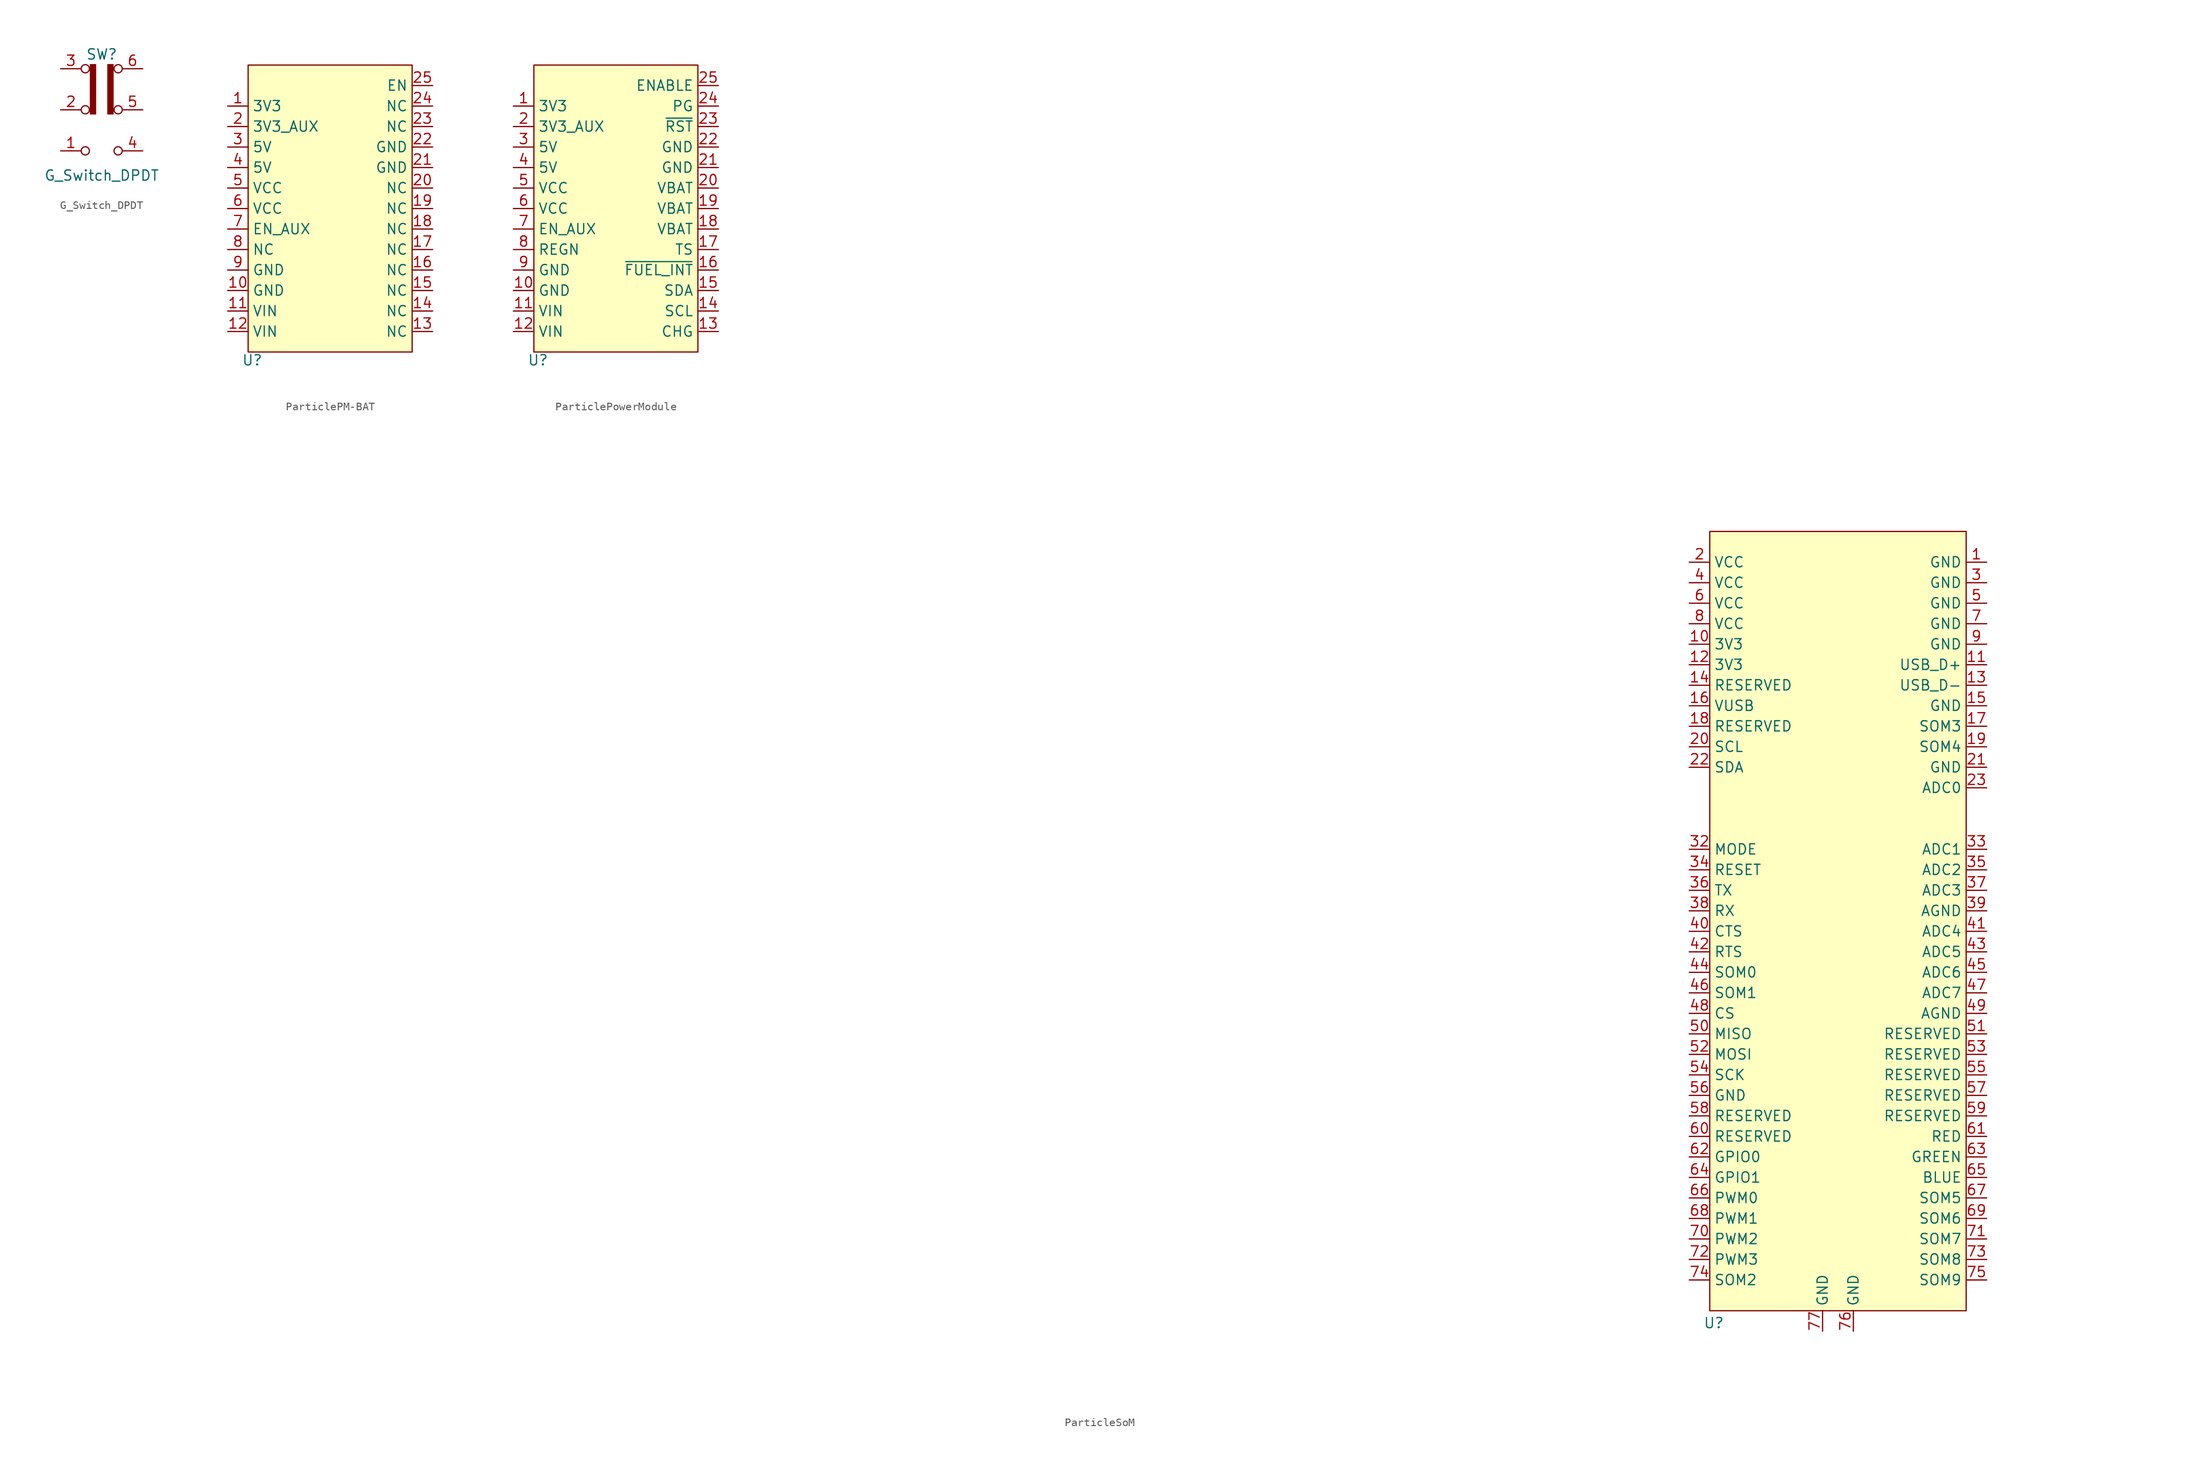
<source format=kicad_sym>
(kicad_symbol_lib
  (version 20231120)
  (generator "kicad_symbol_editor")
  (generator_version "8.0")
  (symbol "G_Switch_DPDT"
    (pin_names
      (offset 0) hide)
    (property "Reference" "SW"
      (at 0 6.858 0)
      (effects (font (size 1.27 1.27))))
    (property "Value" "G_Switch_DPDT"
      (at 0 -8.128 0)
      (effects (font (size 1.27 1.27))))
    (symbol "G_Switch_DPDT_0_0"
      (circle (center -2.032 -5.08) (radius 0.508) (stroke (width 0) (type default)) (fill (type none)))
      (circle (center -2.032 5.08) (radius 0.508) (stroke (width 0) (type default)) (fill (type none)))
      (circle (center 2.032 -5.08) (radius 0.508) (stroke (width 0) (type default)) (fill (type none)))
      (circle (center 2.032 0) (radius 0.508) (stroke (width 0) (type default)) (fill (type none))))
    (symbol "G_Switch_DPDT_0_1"
      (circle (center -2.032 0) (radius 0.508) (stroke (width 0) (type default)) (fill (type none)))
      (circle (center 2.032 5.08) (radius 0.508) (stroke (width 0) (type default)) (fill (type none))))
    (symbol "G_Switch_DPDT_1_1"
      (rectangle (start -1.397 5.588) (end -0.762 -0.508) (stroke (width 0) (type default)) (fill (type outline)))
      (rectangle (start 0.762 5.588) (end 1.397 -0.508) (stroke (width 0) (type default)) (fill (type outline)))
      (pin passive line (at -5.08 -5.08 0) (length 2.54) (name "C" (effects (font (size 1.27 1.27)))) (number "1" (effects (font (size 1.27 1.27)))))
      (pin passive line (at -5.08 0 0) (length 2.54) (name "B" (effects (font (size 1.27 1.27)))) (number "2" (effects (font (size 1.27 1.27)))))
      (pin passive line (at -5.08 5.08 0) (length 2.54) (name "A" (effects (font (size 1.27 1.27)))) (number "3" (effects (font (size 1.27 1.27)))))
      (pin passive line (at 5.08 -5.08 180) (length 2.54) (name "A" (effects (font (size 1.27 1.27)))) (number "4" (effects (font (size 1.27 1.27)))))
      (pin passive line (at 5.08 0 180) (length 2.54) (name "B" (effects (font (size 1.27 1.27)))) (number "5" (effects (font (size 1.27 1.27)))))
      (pin passive line (at 5.08 5.08 180) (length 2.54) (name "C" (effects (font (size 1.27 1.27)))) (number "6" (effects (font (size 1.27 1.27)))))))
  (symbol "ParticlePM-BAT"
    (property "Reference" "U"
      (at -9.652 -36.576 0)
      (effects (font (size 1.27 1.27))))
    (property "Value" ""
      (at 0 0 0)
      (effects (font (size 1.27 1.27))))
    (symbol "ParticlePM-BAT_1_1"
      (rectangle (start -10.16 0) (end 10.16 -35.56) (stroke (width 0) (type default)) (fill (type background)))
      (pin input line (at -12.7 -5.08 0) (length 2.54) (name "3V3" (effects (font (size 1.27 1.27)))) (number "1" (effects (font (size 1.27 1.27)))))
      (pin input line (at -12.7 -27.94 0) (length 2.54) (name "GND" (effects (font (size 1.27 1.27)))) (number "10" (effects (font (size 1.27 1.27)))))
      (pin input line (at -12.7 -30.48 0) (length 2.54) (name "VIN" (effects (font (size 1.27 1.27)))) (number "11" (effects (font (size 1.27 1.27)))))
      (pin input line (at -12.7 -33.02 0) (length 2.54) (name "VIN" (effects (font (size 1.27 1.27)))) (number "12" (effects (font (size 1.27 1.27)))))
      (pin input line (at 12.7 -33.02 180) (length 2.54) (name "NC" (effects (font (size 1.27 1.27)))) (number "13" (effects (font (size 1.27 1.27)))))
      (pin input line (at 12.7 -30.48 180) (length 2.54) (name "NC" (effects (font (size 1.27 1.27)))) (number "14" (effects (font (size 1.27 1.27)))))
      (pin input line (at 12.7 -27.94 180) (length 2.54) (name "NC" (effects (font (size 1.27 1.27)))) (number "15" (effects (font (size 1.27 1.27)))))
      (pin input line (at 12.7 -25.4 180) (length 2.54) (name "NC" (effects (font (size 1.27 1.27)))) (number "16" (effects (font (size 1.27 1.27)))))
      (pin input line (at 12.7 -22.86 180) (length 2.54) (name "NC" (effects (font (size 1.27 1.27)))) (number "17" (effects (font (size 1.27 1.27)))))
      (pin input line (at 12.7 -20.32 180) (length 2.54) (name "NC" (effects (font (size 1.27 1.27)))) (number "18" (effects (font (size 1.27 1.27)))))
      (pin input line (at 12.7 -17.78 180) (length 2.54) (name "NC" (effects (font (size 1.27 1.27)))) (number "19" (effects (font (size 1.27 1.27)))))
      (pin input line (at -12.7 -7.62 0) (length 2.54) (name "3V3_AUX" (effects (font (size 1.27 1.27)))) (number "2" (effects (font (size 1.27 1.27)))))
      (pin input line (at 12.7 -15.24 180) (length 2.54) (name "NC" (effects (font (size 1.27 1.27)))) (number "20" (effects (font (size 1.27 1.27)))))
      (pin input line (at 12.7 -12.7 180) (length 2.54) (name "GND" (effects (font (size 1.27 1.27)))) (number "21" (effects (font (size 1.27 1.27)))))
      (pin input line (at 12.7 -10.16 180) (length 2.54) (name "GND" (effects (font (size 1.27 1.27)))) (number "22" (effects (font (size 1.27 1.27)))))
      (pin input line (at 12.7 -7.62 180) (length 2.54) (name "NC" (effects (font (size 1.27 1.27)))) (number "23" (effects (font (size 1.27 1.27)))))
      (pin input line (at 12.7 -5.08 180) (length 2.54) (name "NC" (effects (font (size 1.27 1.27)))) (number "24" (effects (font (size 1.27 1.27)))))
      (pin input line (at 12.7 -2.54 180) (length 2.54) (name "EN" (effects (font (size 1.27 1.27)))) (number "25" (effects (font (size 1.27 1.27)))))
      (pin input line (at -12.7 -10.16 0) (length 2.54) (name "5V" (effects (font (size 1.27 1.27)))) (number "3" (effects (font (size 1.27 1.27)))))
      (pin input line (at -12.7 -12.7 0) (length 2.54) (name "5V" (effects (font (size 1.27 1.27)))) (number "4" (effects (font (size 1.27 1.27)))))
      (pin input line (at -12.7 -15.24 0) (length 2.54) (name "VCC" (effects (font (size 1.27 1.27)))) (number "5" (effects (font (size 1.27 1.27)))))
      (pin input line (at -12.7 -17.78 0) (length 2.54) (name "VCC" (effects (font (size 1.27 1.27)))) (number "6" (effects (font (size 1.27 1.27)))))
      (pin input line (at -12.7 -20.32 0) (length 2.54) (name "EN_AUX" (effects (font (size 1.27 1.27)))) (number "7" (effects (font (size 1.27 1.27)))))
      (pin input line (at -12.7 -22.86 0) (length 2.54) (name "NC" (effects (font (size 1.27 1.27)))) (number "8" (effects (font (size 1.27 1.27)))))
      (pin input line (at -12.7 -25.4 0) (length 2.54) (name "GND" (effects (font (size 1.27 1.27)))) (number "9" (effects (font (size 1.27 1.27)))))))
  (symbol "ParticlePowerModule"
    (property "Reference" "U"
      (at -9.652 -36.576 0)
      (effects (font (size 1.27 1.27))))
    (property "Value" ""
      (at 0 0 0)
      (effects (font (size 1.27 1.27))))
    (symbol "ParticlePowerModule_1_1"
      (rectangle (start -10.16 0) (end 10.16 -35.56) (stroke (width 0) (type default)) (fill (type background)))
      (pin input line (at -12.7 -5.08 0) (length 2.54) (name "3V3" (effects (font (size 1.27 1.27)))) (number "1" (effects (font (size 1.27 1.27)))))
      (pin input line (at -12.7 -27.94 0) (length 2.54) (name "GND" (effects (font (size 1.27 1.27)))) (number "10" (effects (font (size 1.27 1.27)))))
      (pin input line (at -12.7 -30.48 0) (length 2.54) (name "VIN" (effects (font (size 1.27 1.27)))) (number "11" (effects (font (size 1.27 1.27)))))
      (pin input line (at -12.7 -33.02 0) (length 2.54) (name "VIN" (effects (font (size 1.27 1.27)))) (number "12" (effects (font (size 1.27 1.27)))))
      (pin input line (at 12.7 -33.02 180) (length 2.54) (name "CHG" (effects (font (size 1.27 1.27)))) (number "13" (effects (font (size 1.27 1.27)))))
      (pin input line (at 12.7 -30.48 180) (length 2.54) (name "SCL" (effects (font (size 1.27 1.27)))) (number "14" (effects (font (size 1.27 1.27)))))
      (pin input line (at 12.7 -27.94 180) (length 2.54) (name "SDA" (effects (font (size 1.27 1.27)))) (number "15" (effects (font (size 1.27 1.27)))))
      (pin input line (at 12.7 -25.4 180) (length 2.54) (name "~{FUEL_INT}" (effects (font (size 1.27 1.27)))) (number "16" (effects (font (size 1.27 1.27)))))
      (pin input line (at 12.7 -22.86 180) (length 2.54) (name "TS" (effects (font (size 1.27 1.27)))) (number "17" (effects (font (size 1.27 1.27)))))
      (pin input line (at 12.7 -20.32 180) (length 2.54) (name "VBAT" (effects (font (size 1.27 1.27)))) (number "18" (effects (font (size 1.27 1.27)))))
      (pin input line (at 12.7 -17.78 180) (length 2.54) (name "VBAT" (effects (font (size 1.27 1.27)))) (number "19" (effects (font (size 1.27 1.27)))))
      (pin input line (at -12.7 -7.62 0) (length 2.54) (name "3V3_AUX" (effects (font (size 1.27 1.27)))) (number "2" (effects (font (size 1.27 1.27)))))
      (pin input line (at 12.7 -15.24 180) (length 2.54) (name "VBAT" (effects (font (size 1.27 1.27)))) (number "20" (effects (font (size 1.27 1.27)))))
      (pin input line (at 12.7 -12.7 180) (length 2.54) (name "GND" (effects (font (size 1.27 1.27)))) (number "21" (effects (font (size 1.27 1.27)))))
      (pin input line (at 12.7 -10.16 180) (length 2.54) (name "GND" (effects (font (size 1.27 1.27)))) (number "22" (effects (font (size 1.27 1.27)))))
      (pin input line (at 12.7 -7.62 180) (length 2.54) (name "~{RST}" (effects (font (size 1.27 1.27)))) (number "23" (effects (font (size 1.27 1.27)))))
      (pin input line (at 12.7 -5.08 180) (length 2.54) (name "PG" (effects (font (size 1.27 1.27)))) (number "24" (effects (font (size 1.27 1.27)))))
      (pin input line (at 12.7 -2.54 180) (length 2.54) (name "ENABLE" (effects (font (size 1.27 1.27)))) (number "25" (effects (font (size 1.27 1.27)))))
      (pin input line (at -12.7 -10.16 0) (length 2.54) (name "5V" (effects (font (size 1.27 1.27)))) (number "3" (effects (font (size 1.27 1.27)))))
      (pin input line (at -12.7 -12.7 0) (length 2.54) (name "5V" (effects (font (size 1.27 1.27)))) (number "4" (effects (font (size 1.27 1.27)))))
      (pin input line (at -12.7 -15.24 0) (length 2.54) (name "VCC" (effects (font (size 1.27 1.27)))) (number "5" (effects (font (size 1.27 1.27)))))
      (pin input line (at -12.7 -17.78 0) (length 2.54) (name "VCC" (effects (font (size 1.27 1.27)))) (number "6" (effects (font (size 1.27 1.27)))))
      (pin input line (at -12.7 -20.32 0) (length 2.54) (name "EN_AUX" (effects (font (size 1.27 1.27)))) (number "7" (effects (font (size 1.27 1.27)))))
      (pin input line (at -12.7 -22.86 0) (length 2.54) (name "REGN" (effects (font (size 1.27 1.27)))) (number "8" (effects (font (size 1.27 1.27)))))
      (pin input line (at -12.7 -25.4 0) (length 2.54) (name "GND" (effects (font (size 1.27 1.27)))) (number "9" (effects (font (size 1.27 1.27)))))))
  (symbol "ParticleSoM"
    (property "Reference" "U"
      (at -14.732 -62.484 0)
      (effects (font (size 1.27 1.27))))
    (property "Value" ""
      (at -200.66 19.05 0)
      (effects (font (size 1.27 1.27))))
    (symbol "ParticleSoM_1_1"
      (rectangle (start -15.24 35.56) (end 16.51 -60.96) (stroke (width 0) (type default)) (fill (type background)))
      (pin input line (at 19.05 31.75 180) (length 2.54) (name "GND" (effects (font (size 1.27 1.27)))) (number "1" (effects (font (size 1.27 1.27)))))
      (pin input line (at -17.78 21.59 0) (length 2.54) (name "3V3" (effects (font (size 1.27 1.27)))) (number "10" (effects (font (size 1.27 1.27)))))
      (pin input line (at 19.05 19.05 180) (length 2.54) (name "USB_D+" (effects (font (size 1.27 1.27)))) (number "11" (effects (font (size 1.27 1.27)))))
      (pin input line (at -17.78 19.05 0) (length 2.54) (name "3V3" (effects (font (size 1.27 1.27)))) (number "12" (effects (font (size 1.27 1.27)))))
      (pin input line (at 19.05 16.51 180) (length 2.54) (name "USB_D-" (effects (font (size 1.27 1.27)))) (number "13" (effects (font (size 1.27 1.27)))))
      (pin input line (at -17.78 16.51 0) (length 2.54) (name "RESERVED" (effects (font (size 1.27 1.27)))) (number "14" (effects (font (size 1.27 1.27)))))
      (pin input line (at 19.05 13.97 180) (length 2.54) (name "GND" (effects (font (size 1.27 1.27)))) (number "15" (effects (font (size 1.27 1.27)))))
      (pin input line (at -17.78 13.97 0) (length 2.54) (name "VUSB" (effects (font (size 1.27 1.27)))) (number "16" (effects (font (size 1.27 1.27)))))
      (pin input line (at 19.05 11.43 180) (length 2.54) (name "SOM3" (effects (font (size 1.27 1.27)))) (number "17" (effects (font (size 1.27 1.27)))))
      (pin input line (at -17.78 11.43 0) (length 2.54) (name "RESERVED" (effects (font (size 1.27 1.27)))) (number "18" (effects (font (size 1.27 1.27)))))
      (pin input line (at 19.05 8.89 180) (length 2.54) (name "SOM4" (effects (font (size 1.27 1.27)))) (number "19" (effects (font (size 1.27 1.27)))))
      (pin input line (at -17.78 31.75 0) (length 2.54) (name "VCC" (effects (font (size 1.27 1.27)))) (number "2" (effects (font (size 1.27 1.27)))))
      (pin input line (at -17.78 8.89 0) (length 2.54) (name "SCL" (effects (font (size 1.27 1.27)))) (number "20" (effects (font (size 1.27 1.27)))))
      (pin input line (at 19.05 6.35 180) (length 2.54) (name "GND" (effects (font (size 1.27 1.27)))) (number "21" (effects (font (size 1.27 1.27)))))
      (pin input line (at -17.78 6.35 0) (length 2.54) (name "SDA" (effects (font (size 1.27 1.27)))) (number "22" (effects (font (size 1.27 1.27)))))
      (pin input line (at 19.05 3.81 180) (length 2.54) (name "ADC0" (effects (font (size 1.27 1.27)))) (number "23" (effects (font (size 1.27 1.27)))))
      (pin input line (at 19.05 29.21 180) (length 2.54) (name "GND" (effects (font (size 1.27 1.27)))) (number "3" (effects (font (size 1.27 1.27)))))
      (pin input line (at -17.78 -3.81 0) (length 2.54) (name "MODE" (effects (font (size 1.27 1.27)))) (number "32" (effects (font (size 1.27 1.27)))))
      (pin input line (at 19.05 -3.81 180) (length 2.54) (name "ADC1" (effects (font (size 1.27 1.27)))) (number "33" (effects (font (size 1.27 1.27)))))
      (pin input line (at -17.78 -6.35 0) (length 2.54) (name "RESET" (effects (font (size 1.27 1.27)))) (number "34" (effects (font (size 1.27 1.27)))))
      (pin input line (at 19.05 -6.35 180) (length 2.54) (name "ADC2" (effects (font (size 1.27 1.27)))) (number "35" (effects (font (size 1.27 1.27)))))
      (pin input line (at -17.78 -8.89 0) (length 2.54) (name "TX" (effects (font (size 1.27 1.27)))) (number "36" (effects (font (size 1.27 1.27)))))
      (pin input line (at 19.05 -8.89 180) (length 2.54) (name "ADC3" (effects (font (size 1.27 1.27)))) (number "37" (effects (font (size 1.27 1.27)))))
      (pin input line (at -17.78 -11.43 0) (length 2.54) (name "RX" (effects (font (size 1.27 1.27)))) (number "38" (effects (font (size 1.27 1.27)))))
      (pin input line (at 19.05 -11.43 180) (length 2.54) (name "AGND" (effects (font (size 1.27 1.27)))) (number "39" (effects (font (size 1.27 1.27)))))
      (pin input line (at -17.78 29.21 0) (length 2.54) (name "VCC" (effects (font (size 1.27 1.27)))) (number "4" (effects (font (size 1.27 1.27)))))
      (pin input line (at -17.78 -13.97 0) (length 2.54) (name "CTS" (effects (font (size 1.27 1.27)))) (number "40" (effects (font (size 1.27 1.27)))))
      (pin input line (at 19.05 -13.97 180) (length 2.54) (name "ADC4" (effects (font (size 1.27 1.27)))) (number "41" (effects (font (size 1.27 1.27)))))
      (pin input line (at -17.78 -16.51 0) (length 2.54) (name "RTS" (effects (font (size 1.27 1.27)))) (number "42" (effects (font (size 1.27 1.27)))))
      (pin input line (at 19.05 -16.51 180) (length 2.54) (name "ADC5" (effects (font (size 1.27 1.27)))) (number "43" (effects (font (size 1.27 1.27)))))
      (pin input line (at -17.78 -19.05 0) (length 2.54) (name "SOM0" (effects (font (size 1.27 1.27)))) (number "44" (effects (font (size 1.27 1.27)))))
      (pin input line (at 19.05 -19.05 180) (length 2.54) (name "ADC6" (effects (font (size 1.27 1.27)))) (number "45" (effects (font (size 1.27 1.27)))))
      (pin input line (at -17.78 -21.59 0) (length 2.54) (name "SOM1" (effects (font (size 1.27 1.27)))) (number "46" (effects (font (size 1.27 1.27)))))
      (pin input line (at 19.05 -21.59 180) (length 2.54) (name "ADC7" (effects (font (size 1.27 1.27)))) (number "47" (effects (font (size 1.27 1.27)))))
      (pin input line (at -17.78 -24.13 0) (length 2.54) (name "CS" (effects (font (size 1.27 1.27)))) (number "48" (effects (font (size 1.27 1.27)))))
      (pin input line (at 19.05 -24.13 180) (length 2.54) (name "AGND" (effects (font (size 1.27 1.27)))) (number "49" (effects (font (size 1.27 1.27)))))
      (pin input line (at 19.05 26.67 180) (length 2.54) (name "GND" (effects (font (size 1.27 1.27)))) (number "5" (effects (font (size 1.27 1.27)))))
      (pin input line (at -17.78 -26.67 0) (length 2.54) (name "MISO" (effects (font (size 1.27 1.27)))) (number "50" (effects (font (size 1.27 1.27)))))
      (pin input line (at 19.05 -26.67 180) (length 2.54) (name "RESERVED" (effects (font (size 1.27 1.27)))) (number "51" (effects (font (size 1.27 1.27)))))
      (pin input line (at -17.78 -29.21 0) (length 2.54) (name "MOSI" (effects (font (size 1.27 1.27)))) (number "52" (effects (font (size 1.27 1.27)))))
      (pin input line (at 19.05 -29.21 180) (length 2.54) (name "RESERVED" (effects (font (size 1.27 1.27)))) (number "53" (effects (font (size 1.27 1.27)))))
      (pin input line (at -17.78 -31.75 0) (length 2.54) (name "SCK" (effects (font (size 1.27 1.27)))) (number "54" (effects (font (size 1.27 1.27)))))
      (pin input line (at 19.05 -31.75 180) (length 2.54) (name "RESERVED" (effects (font (size 1.27 1.27)))) (number "55" (effects (font (size 1.27 1.27)))))
      (pin input line (at -17.78 -34.29 0) (length 2.54) (name "GND" (effects (font (size 1.27 1.27)))) (number "56" (effects (font (size 1.27 1.27)))))
      (pin input line (at 19.05 -34.29 180) (length 2.54) (name "RESERVED" (effects (font (size 1.27 1.27)))) (number "57" (effects (font (size 1.27 1.27)))))
      (pin input line (at -17.78 -36.83 0) (length 2.54) (name "RESERVED" (effects (font (size 1.27 1.27)))) (number "58" (effects (font (size 1.27 1.27)))))
      (pin input line (at 19.05 -36.83 180) (length 2.54) (name "RESERVED" (effects (font (size 1.27 1.27)))) (number "59" (effects (font (size 1.27 1.27)))))
      (pin input line (at -17.78 26.67 0) (length 2.54) (name "VCC" (effects (font (size 1.27 1.27)))) (number "6" (effects (font (size 1.27 1.27)))))
      (pin input line (at -17.78 -39.37 0) (length 2.54) (name "RESERVED" (effects (font (size 1.27 1.27)))) (number "60" (effects (font (size 1.27 1.27)))))
      (pin input line (at 19.05 -39.37 180) (length 2.54) (name "RED" (effects (font (size 1.27 1.27)))) (number "61" (effects (font (size 1.27 1.27)))))
      (pin input line (at -17.78 -41.91 0) (length 2.54) (name "GPIO0" (effects (font (size 1.27 1.27)))) (number "62" (effects (font (size 1.27 1.27)))))
      (pin input line (at 19.05 -41.91 180) (length 2.54) (name "GREEN" (effects (font (size 1.27 1.27)))) (number "63" (effects (font (size 1.27 1.27)))))
      (pin input line (at -17.78 -44.45 0) (length 2.54) (name "GPIO1" (effects (font (size 1.27 1.27)))) (number "64" (effects (font (size 1.27 1.27)))))
      (pin input line (at 19.05 -44.45 180) (length 2.54) (name "BLUE" (effects (font (size 1.27 1.27)))) (number "65" (effects (font (size 1.27 1.27)))))
      (pin input line (at -17.78 -46.99 0) (length 2.54) (name "PWM0" (effects (font (size 1.27 1.27)))) (number "66" (effects (font (size 1.27 1.27)))))
      (pin input line (at 19.05 -46.99 180) (length 2.54) (name "SOM5" (effects (font (size 1.27 1.27)))) (number "67" (effects (font (size 1.27 1.27)))))
      (pin input line (at -17.78 -49.53 0) (length 2.54) (name "PWM1" (effects (font (size 1.27 1.27)))) (number "68" (effects (font (size 1.27 1.27)))))
      (pin input line (at 19.05 -49.53 180) (length 2.54) (name "SOM6" (effects (font (size 1.27 1.27)))) (number "69" (effects (font (size 1.27 1.27)))))
      (pin input line (at 19.05 24.13 180) (length 2.54) (name "GND" (effects (font (size 1.27 1.27)))) (number "7" (effects (font (size 1.27 1.27)))))
      (pin input line (at -17.78 -52.07 0) (length 2.54) (name "PWM2" (effects (font (size 1.27 1.27)))) (number "70" (effects (font (size 1.27 1.27)))))
      (pin input line (at 19.05 -52.07 180) (length 2.54) (name "SOM7" (effects (font (size 1.27 1.27)))) (number "71" (effects (font (size 1.27 1.27)))))
      (pin input line (at -17.78 -54.61 0) (length 2.54) (name "PWM3" (effects (font (size 1.27 1.27)))) (number "72" (effects (font (size 1.27 1.27)))))
      (pin input line (at 19.05 -54.61 180) (length 2.54) (name "SOM8" (effects (font (size 1.27 1.27)))) (number "73" (effects (font (size 1.27 1.27)))))
      (pin input line (at -17.78 -57.15 0) (length 2.54) (name "SOM2" (effects (font (size 1.27 1.27)))) (number "74" (effects (font (size 1.27 1.27)))))
      (pin input line (at 19.05 -57.15 180) (length 2.54) (name "SOM9" (effects (font (size 1.27 1.27)))) (number "75" (effects (font (size 1.27 1.27)))))
      (pin input line (at 2.54 -63.5 90) (length 2.54) (name "GND" (effects (font (size 1.27 1.27)))) (number "76" (effects (font (size 1.27 1.27)))))
      (pin input line (at -1.27 -63.5 90) (length 2.54) (name "GND" (effects (font (size 1.27 1.27)))) (number "77" (effects (font (size 1.27 1.27)))))
      (pin input line (at -17.78 24.13 0) (length 2.54) (name "VCC" (effects (font (size 1.27 1.27)))) (number "8" (effects (font (size 1.27 1.27)))))
      (pin input line (at 19.05 21.59 180) (length 2.54) (name "GND" (effects (font (size 1.27 1.27)))) (number "9" (effects (font (size 1.27 1.27))))))))
</source>
